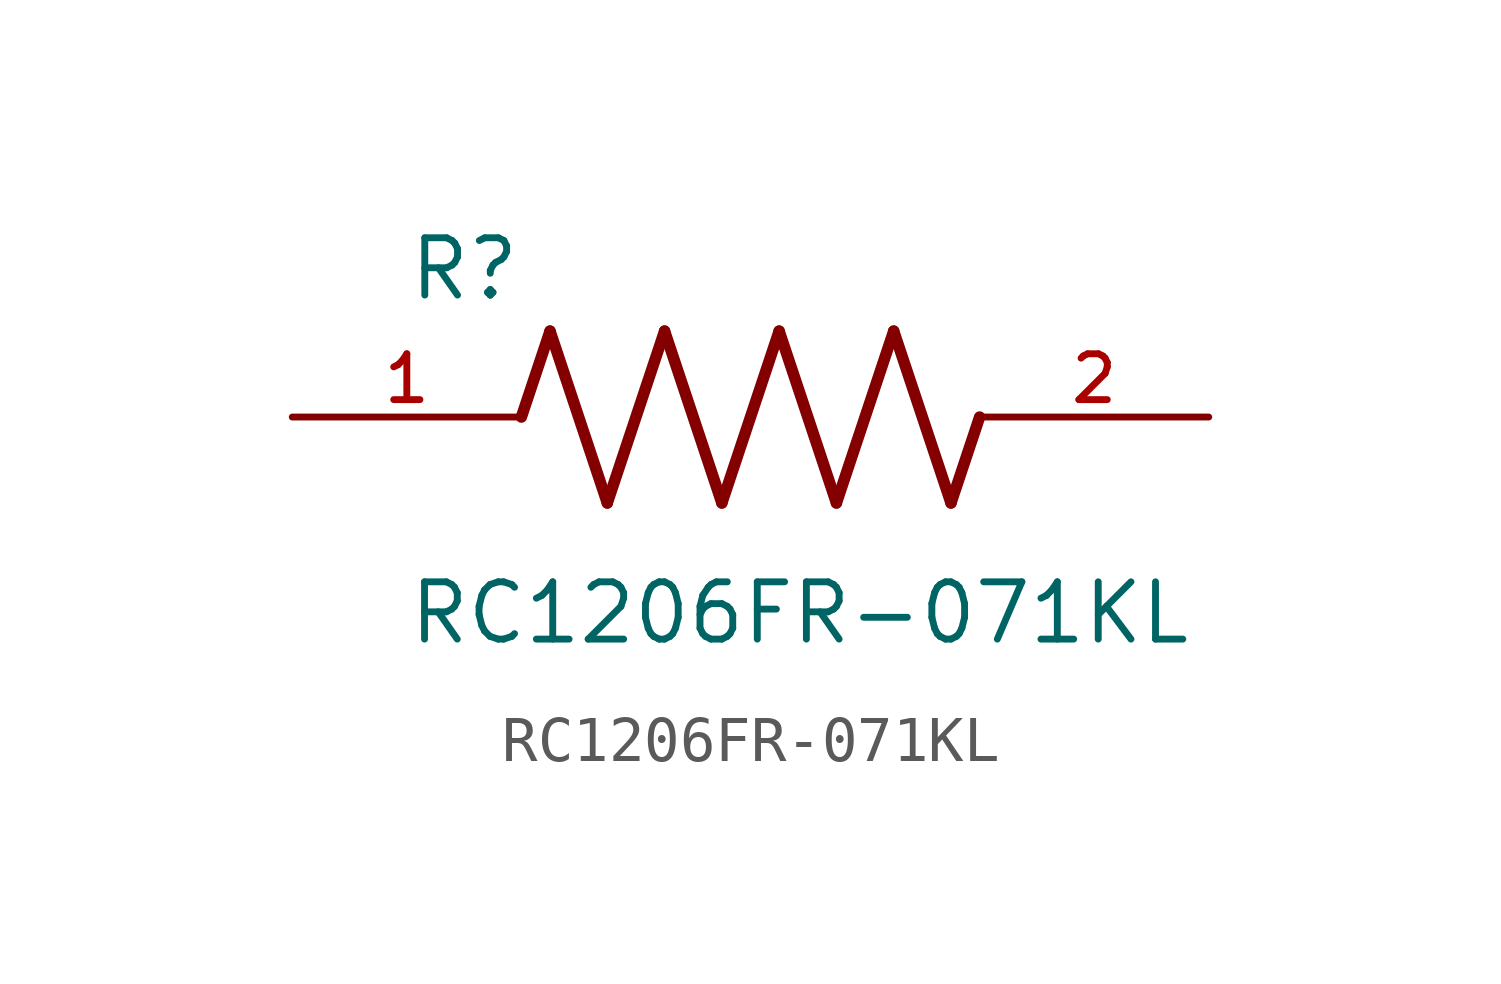
<source format=kicad_sym>
(kicad_symbol_lib
  (version 20211014)
  (generator kicad_symbol_editor)
  (symbol "RC1206FR-071KL"
    (pin_names
      (offset 1.016))
    (property "Reference" "R"
      (at -7.624 2.541 0)
      (effects (font (size 1.27 1.27)) (justify bottom left)))
    (property "Value" "RC1206FR-071KL"
      (at -7.63 -5.087 0)
      (effects (font (size 1.27 1.27)) (justify bottom left)))
    (symbol "RC1206FR-071KL_0_0"
      (polyline (pts (xy -5.08 0.0) (xy -4.445 1.905)) (stroke (width 0.254)))
      (polyline (pts (xy -4.445 1.905) (xy -3.175 -1.905)) (stroke (width 0.254)))
      (polyline (pts (xy -3.175 -1.905) (xy -1.905 1.905)) (stroke (width 0.254)))
      (polyline (pts (xy -1.905 1.905) (xy -0.635 -1.905)) (stroke (width 0.254)))
      (polyline (pts (xy -0.635 -1.905) (xy 0.635 1.905)) (stroke (width 0.254)))
      (polyline (pts (xy 0.635 1.905) (xy 1.905 -1.905)) (stroke (width 0.254)))
      (polyline (pts (xy 1.905 -1.905) (xy 3.175 1.905)) (stroke (width 0.254)))
      (polyline (pts (xy 3.175 1.905) (xy 4.445 -1.905)) (stroke (width 0.254)))
      (polyline (pts (xy 4.445 -1.905) (xy 5.08 0.0)) (stroke (width 0.254)))
      (pin passive line (at -10.16 0.0 0) (length 5.08) (name "~" (effects (font (size 1.016 1.016)))) (number "1" (effects (font (size 1.016 1.016)))))
      (pin passive line (at 10.16 0.0 180.0) (length 5.08) (name "~" (effects (font (size 1.016 1.016)))) (number "2" (effects (font (size 1.016 1.016))))))))
</source>
